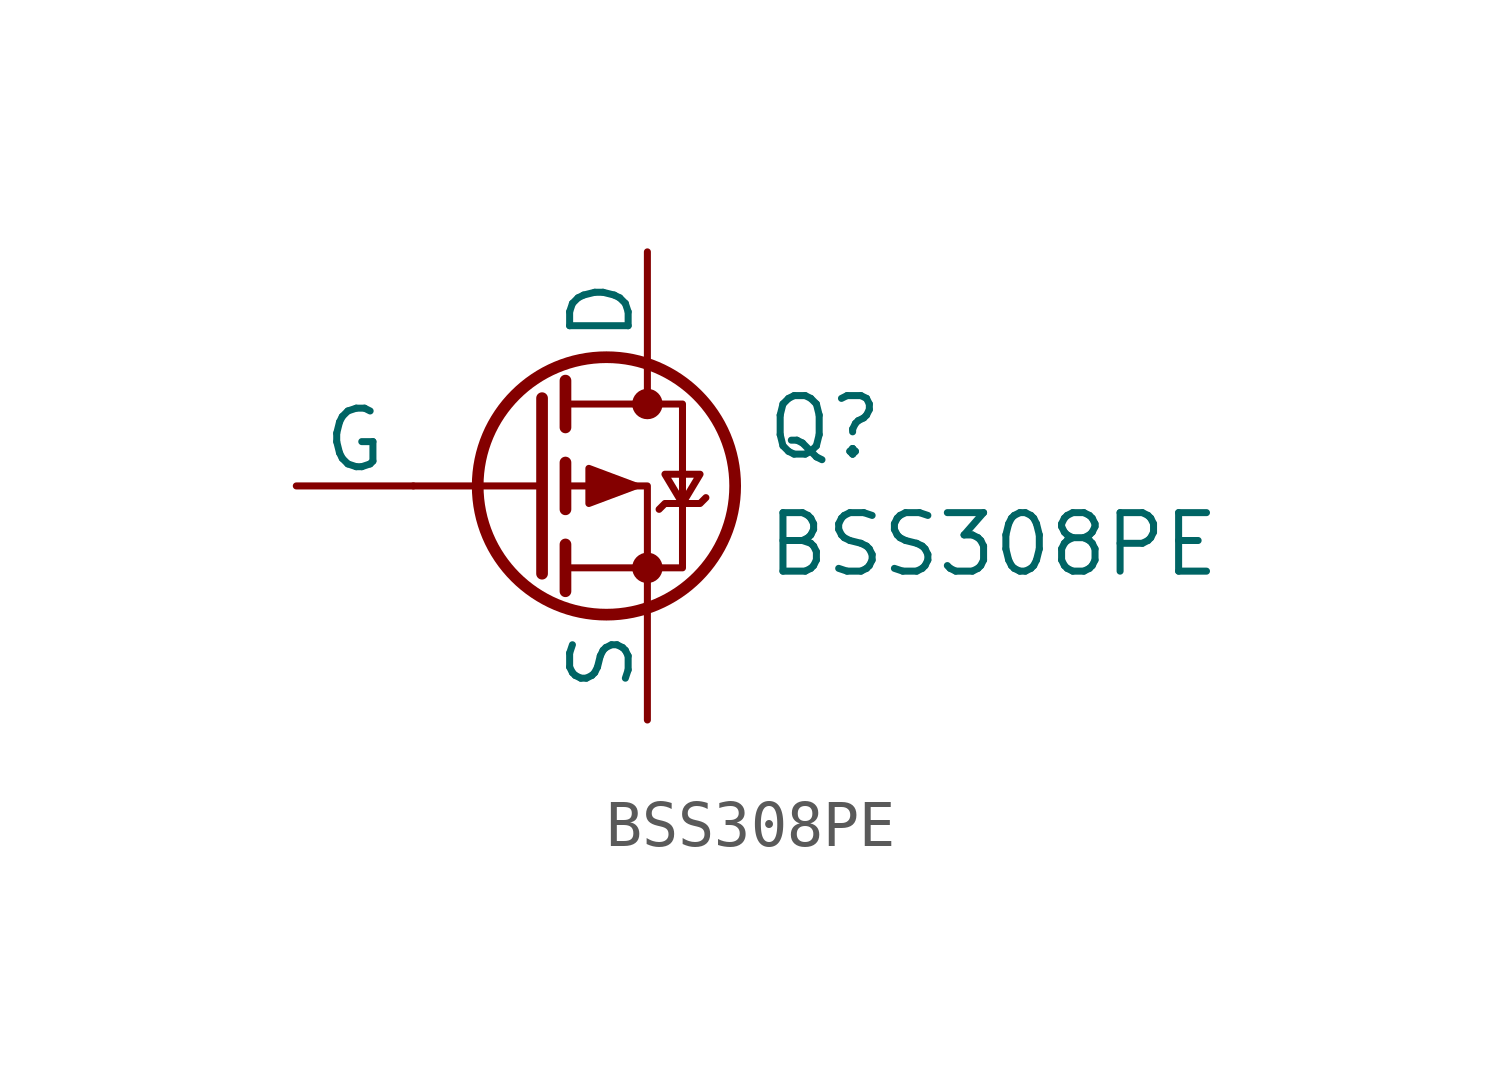
<source format=kicad_sym>
(kicad_symbol_lib
  (version 20231120)
  (generator "kicad_symbol_editor")
  (generator_version "8.0")
  (symbol "BSS308PE"
    (pin_numbers hide)
    (pin_names
      (offset 0))
    (property "Reference" "Q"
      (at 5.08 1.27 0)
      (effects (font (size 1.27 1.27)) (justify left)))
    (property "Value" "BSS308PE"
      (at 5.08 -1.27 0)
      (effects (font (size 1.27 1.27)) (justify left)))
    (symbol "BSS308PE_0_1"
      (polyline (pts (xy 0.254 0) (xy -2.54 0)) (stroke (width 0) (type default)) (fill (type none)))
      (polyline (pts (xy 0.254 1.905) (xy 0.254 -1.905)) (stroke (width 0.254) (type default)) (fill (type none)))
      (polyline (pts (xy 0.762 -1.27) (xy 0.762 -2.286)) (stroke (width 0.254) (type default)) (fill (type none)))
      (polyline (pts (xy 0.762 0.508) (xy 0.762 -0.508)) (stroke (width 0.254) (type default)) (fill (type none)))
      (polyline (pts (xy 0.762 2.286) (xy 0.762 1.27)) (stroke (width 0.254) (type default)) (fill (type none)))
      (polyline (pts (xy 2.54 2.54) (xy 2.54 1.778)) (stroke (width 0) (type default)) (fill (type none)))
      (polyline (pts (xy 2.54 -2.54) (xy 2.54 0) (xy 0.762 0)) (stroke (width 0) (type default)) (fill (type none)))
      (polyline (pts (xy 0.762 1.778) (xy 3.302 1.778) (xy 3.302 -1.778) (xy 0.762 -1.778)) (stroke (width 0) (type default)) (fill (type none)))
      (polyline (pts (xy 2.286 0) (xy 1.27 0.381) (xy 1.27 -0.381) (xy 2.286 0)) (stroke (width 0) (type default)) (fill (type outline)))
      (polyline (pts (xy 2.794 -0.508) (xy 2.921 -0.381) (xy 3.683 -0.381) (xy 3.81 -0.254)) (stroke (width 0) (type default)) (fill (type none)))
      (polyline (pts (xy 3.302 -0.381) (xy 2.921 0.254) (xy 3.683 0.254) (xy 3.302 -0.381)) (stroke (width 0) (type default)) (fill (type none)))
      (circle (center 1.651 0) (radius 2.794) (stroke (width 0.254) (type default)) (fill (type none)))
      (circle (center 2.54 -1.778) (radius 0.254) (stroke (width 0) (type default)) (fill (type outline)))
      (circle (center 2.54 1.778) (radius 0.254) (stroke (width 0) (type default)) (fill (type outline))))
    (symbol "BSS308PE_1_1"
      (pin input line (at -5.08 0 0) (length 2.54) (name "G" (effects (font (size 1.27 1.27)))) (number "1" (effects (font (size 1.27 1.27)))))
      (pin passive line (at 2.54 -5.08 90) (length 2.54) (name "S" (effects (font (size 1.27 1.27)))) (number "2" (effects (font (size 1.27 1.27)))))
      (pin passive line (at 2.54 5.08 270) (length 2.54) (name "D" (effects (font (size 1.27 1.27)))) (number "3" (effects (font (size 1.27 1.27))))))))
</source>
